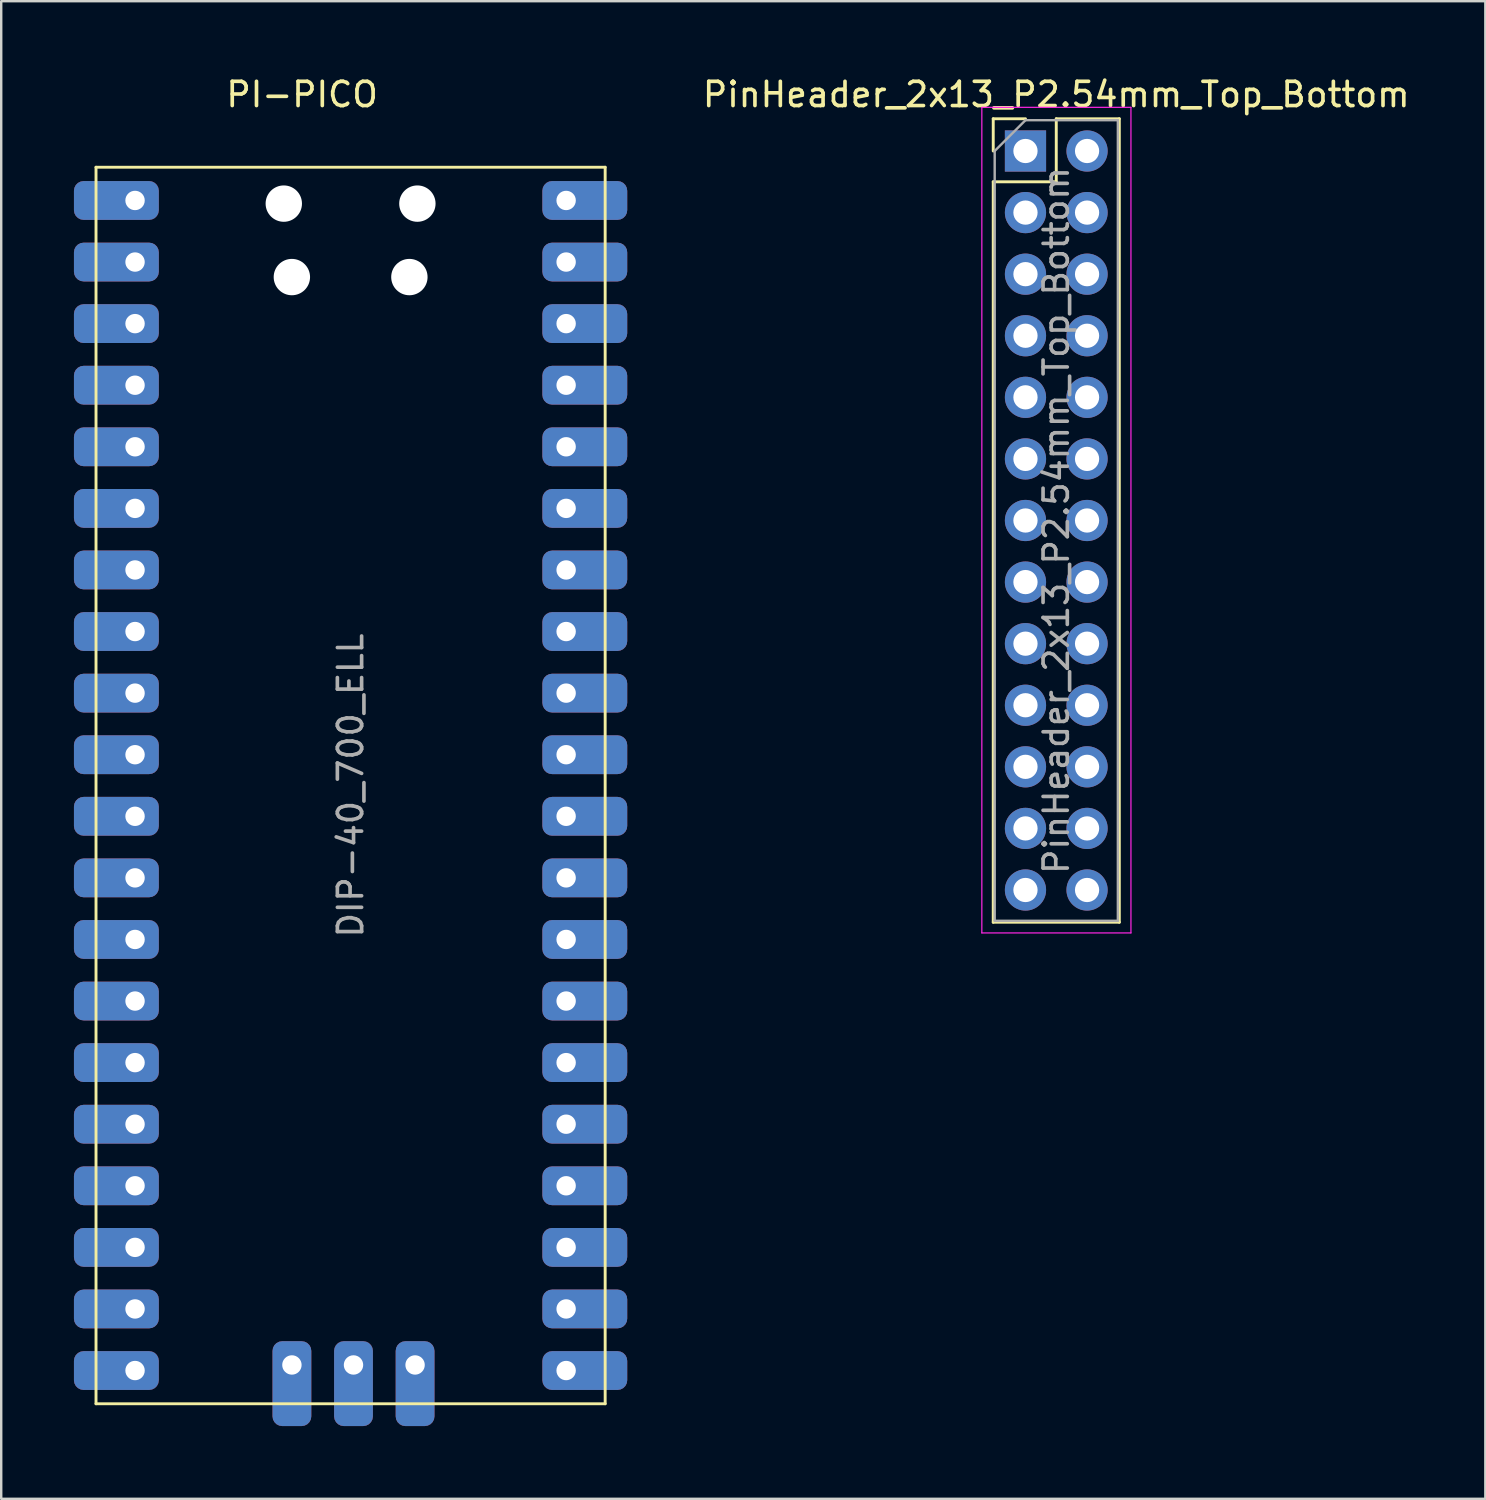
<source format=kicad_pcb>
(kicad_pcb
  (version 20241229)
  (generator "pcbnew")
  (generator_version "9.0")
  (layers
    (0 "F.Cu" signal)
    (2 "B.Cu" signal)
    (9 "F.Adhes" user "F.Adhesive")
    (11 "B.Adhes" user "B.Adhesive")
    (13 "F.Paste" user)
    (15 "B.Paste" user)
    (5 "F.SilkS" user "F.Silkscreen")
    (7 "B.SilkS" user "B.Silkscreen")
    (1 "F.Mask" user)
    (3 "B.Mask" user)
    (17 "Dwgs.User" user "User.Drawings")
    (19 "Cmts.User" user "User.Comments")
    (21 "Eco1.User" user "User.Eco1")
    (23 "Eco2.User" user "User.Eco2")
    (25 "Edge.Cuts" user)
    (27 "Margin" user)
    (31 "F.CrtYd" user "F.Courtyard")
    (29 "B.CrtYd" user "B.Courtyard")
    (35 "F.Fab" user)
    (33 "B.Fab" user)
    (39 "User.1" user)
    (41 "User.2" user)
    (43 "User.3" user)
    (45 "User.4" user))
  (footprint "PI-PICO"
    (layer "F.Cu")
    (at 11.41 29.348)
    (property "Reference" "PI-PICO" (at -2 -28.5 0) (layer "F.SilkS") (effects (font (size 1 1) (thickness 0.15))))
    (attr through_hole)
    (fp_line (start -10.5 -25.5) (end 10.5 -25.5) (stroke (width 0.12) (type solid)) (layer "F.SilkS"))
    (fp_line (start -10.5 25.5) (end -10.5 -25.5) (stroke (width 0.12) (type solid)) (layer "F.SilkS"))
    (fp_line (start -10.5 25.5) (end 10.5 25.5) (stroke (width 0.12) (type solid)) (layer "F.SilkS"))
    (fp_line (start 10.5 25.5) (end 10.5 -25.5) (stroke (width 0.12) (type solid)) (layer "F.SilkS"))
    (fp_text user "DIP-40_700_ELL" (at 0 0 270) (layer "F.Fab") (effects (font (size 1 1) (thickness 0.15))))
    (pad "" np_thru_hole circle (at -2.755 -24) (size 1.5 1.5) (drill 1.5) (layers "*.Mask" "F.Cu"))
    (pad "" np_thru_hole circle (at -2.422 -20.97) (size 1.5 1.5) (drill 1.5) (layers "*.Mask" "F.Cu"))
    (pad "" smd rect (at 0 -18) (size 7 14) (layers "F.Mask"))
    (pad "" np_thru_hole circle (at 2.425 -20.97) (size 1.5 1.5) (drill 1.5) (layers "*.Mask" "F.Cu"))
    (pad "" np_thru_hole circle (at 2.755 -24) (size 1.5 1.5) (drill 1.5) (layers "*.Mask" "F.Cu"))
    (pad "1" thru_hole roundrect (at -8.89 -24.13 270) (size 1.6 3.5) (drill 0.8 (offset 0 0.77)) (layers "*.Cu" "*.Mask") (roundrect_rratio 0.25))
    (pad "2" thru_hole roundrect (at -8.89 -21.59 270) (size 1.6 3.5) (drill 0.8 (offset 0 0.77)) (layers "*.Cu" "*.Mask") (roundrect_rratio 0.25))
    (pad "3" thru_hole roundrect (at -8.89 -19.05 270) (size 1.6 3.5) (drill 0.8 (offset 0 0.77)) (layers "*.Cu" "*.Mask") (roundrect_rratio 0.25))
    (pad "4" thru_hole roundrect (at -8.89 -16.51 270) (size 1.6 3.5) (drill 0.8 (offset 0 0.77)) (layers "*.Cu" "*.Mask") (roundrect_rratio 0.25))
    (pad "5" thru_hole roundrect (at -8.89 -13.97 270) (size 1.6 3.5) (drill 0.8 (offset 0 0.77)) (layers "*.Cu" "*.Mask") (roundrect_rratio 0.25))
    (pad "6" thru_hole roundrect (at -8.89 -11.43 270) (size 1.6 3.5) (drill 0.8 (offset 0 0.77)) (layers "*.Cu" "*.Mask") (roundrect_rratio 0.25))
    (pad "7" thru_hole roundrect (at -8.89 -8.89 270) (size 1.6 3.5) (drill 0.8 (offset 0 0.77)) (layers "*.Cu" "*.Mask") (roundrect_rratio 0.25))
    (pad "8" thru_hole roundrect (at -8.89 -6.35 270) (size 1.6 3.5) (drill 0.8 (offset 0 0.77)) (layers "*.Cu" "*.Mask") (roundrect_rratio 0.25))
    (pad "9" thru_hole roundrect (at -8.89 -3.81 270) (size 1.6 3.5) (drill 0.8 (offset 0 0.77)) (layers "*.Cu" "*.Mask") (roundrect_rratio 0.25))
    (pad "10" thru_hole roundrect (at -8.89 -1.27 270) (size 1.6 3.5) (drill 0.8 (offset 0 0.77)) (layers "*.Cu" "*.Mask") (roundrect_rratio 0.25))
    (pad "11" thru_hole roundrect (at -8.89 1.27 270) (size 1.6 3.5) (drill 0.8 (offset 0 0.77)) (layers "*.Cu" "*.Mask") (roundrect_rratio 0.25))
    (pad "12" thru_hole roundrect (at -8.89 3.81 270) (size 1.6 3.5) (drill 0.8 (offset 0 0.77)) (layers "*.Cu" "*.Mask") (roundrect_rratio 0.25))
    (pad "13" thru_hole roundrect (at -8.89 6.35 270) (size 1.6 3.5) (drill 0.8 (offset 0 0.77)) (layers "*.Cu" "*.Mask") (roundrect_rratio 0.25))
    (pad "14" thru_hole roundrect (at -8.89 8.89 270) (size 1.6 3.5) (drill 0.8 (offset 0 0.77)) (layers "*.Cu" "*.Mask") (roundrect_rratio 0.25))
    (pad "15" thru_hole roundrect (at -8.89 11.43 270) (size 1.6 3.5) (drill 0.8 (offset 0 0.77)) (layers "*.Cu" "*.Mask") (roundrect_rratio 0.25))
    (pad "16" thru_hole roundrect (at -8.89 13.97 270) (size 1.6 3.5) (drill 0.8 (offset 0 0.77)) (layers "*.Cu" "*.Mask") (roundrect_rratio 0.25))
    (pad "17" thru_hole roundrect (at -8.89 16.51 270) (size 1.6 3.5) (drill 0.8 (offset 0 0.77)) (layers "*.Cu" "*.Mask") (roundrect_rratio 0.25))
    (pad "18" thru_hole roundrect (at -8.89 19.05 270) (size 1.6 3.5) (drill 0.8 (offset 0 0.77)) (layers "*.Cu" "*.Mask") (roundrect_rratio 0.25))
    (pad "19" thru_hole roundrect (at -8.89 21.59 270) (size 1.6 3.5) (drill 0.8 (offset 0 0.77)) (layers "*.Cu" "*.Mask") (roundrect_rratio 0.25))
    (pad "20" thru_hole roundrect (at -8.89 24.13 270) (size 1.6 3.5) (drill 0.8 (offset 0 0.77)) (layers "*.Cu" "*.Mask") (roundrect_rratio 0.25))
    (pad "21" thru_hole roundrect (at 8.89 24.13 270) (size 1.6 3.5) (drill 0.8 (offset 0 -0.77)) (layers "*.Cu" "*.Mask") (roundrect_rratio 0.25))
    (pad "22" thru_hole roundrect (at 8.89 21.59 270) (size 1.6 3.5) (drill 0.8 (offset 0 -0.77)) (layers "*.Cu" "*.Mask") (roundrect_rratio 0.25))
    (pad "23" thru_hole roundrect (at 8.89 19.05 270) (size 1.6 3.5) (drill 0.8 (offset 0 -0.77)) (layers "*.Cu" "*.Mask") (roundrect_rratio 0.25))
    (pad "24" thru_hole roundrect (at 8.89 16.51 270) (size 1.6 3.5) (drill 0.8 (offset 0 -0.77)) (layers "*.Cu" "*.Mask") (roundrect_rratio 0.25))
    (pad "25" thru_hole roundrect (at 8.89 13.97 270) (size 1.6 3.5) (drill 0.8 (offset 0 -0.77)) (layers "*.Cu" "*.Mask") (roundrect_rratio 0.25))
    (pad "26" thru_hole roundrect (at 8.89 11.43 270) (size 1.6 3.5) (drill 0.8 (offset 0 -0.77)) (layers "*.Cu" "*.Mask") (roundrect_rratio 0.25))
    (pad "27" thru_hole roundrect (at 8.89 8.89 270) (size 1.6 3.5) (drill 0.8 (offset 0 -0.77)) (layers "*.Cu" "*.Mask") (roundrect_rratio 0.25))
    (pad "28" thru_hole roundrect (at 8.89 6.35 270) (size 1.6 3.5) (drill 0.8 (offset 0 -0.77)) (layers "*.Cu" "*.Mask") (roundrect_rratio 0.25))
    (pad "29" thru_hole roundrect (at 8.89 3.81 270) (size 1.6 3.5) (drill 0.8 (offset 0 -0.77)) (layers "*.Cu" "*.Mask") (roundrect_rratio 0.25))
    (pad "30" thru_hole roundrect (at 8.89 1.27 270) (size 1.6 3.5) (drill 0.8 (offset 0 -0.77)) (layers "*.Cu" "*.Mask") (roundrect_rratio 0.25))
    (pad "31" thru_hole roundrect (at 8.89 -1.27 270) (size 1.6 3.5) (drill 0.8 (offset 0 -0.77)) (layers "*.Cu" "*.Mask") (roundrect_rratio 0.25))
    (pad "32" thru_hole roundrect (at 8.89 -3.81 270) (size 1.6 3.5) (drill 0.8 (offset 0 -0.77)) (layers "*.Cu" "*.Mask") (roundrect_rratio 0.25))
    (pad "33" thru_hole roundrect (at 8.89 -6.35 270) (size 1.6 3.5) (drill 0.8 (offset 0 -0.77)) (layers "*.Cu" "*.Mask") (roundrect_rratio 0.25))
    (pad "34" thru_hole roundrect (at 8.89 -8.89 270) (size 1.6 3.5) (drill 0.8 (offset 0 -0.77)) (layers "*.Cu" "*.Mask") (roundrect_rratio 0.25))
    (pad "35" thru_hole roundrect (at 8.89 -11.43 270) (size 1.6 3.5) (drill 0.8 (offset 0 -0.77)) (layers "*.Cu" "*.Mask") (roundrect_rratio 0.25))
    (pad "36" thru_hole roundrect (at 8.89 -13.97 270) (size 1.6 3.5) (drill 0.8 (offset 0 -0.77)) (layers "*.Cu" "*.Mask") (roundrect_rratio 0.25))
    (pad "37" thru_hole roundrect (at 8.89 -16.51 270) (size 1.6 3.5) (drill 0.8 (offset 0 -0.77)) (layers "*.Cu" "*.Mask") (roundrect_rratio 0.25))
    (pad "38" thru_hole roundrect (at 8.89 -19.05 270) (size 1.6 3.5) (drill 0.8 (offset 0 -0.77)) (layers "*.Cu" "*.Mask") (roundrect_rratio 0.25))
    (pad "39" thru_hole roundrect (at 8.89 -21.59 270) (size 1.6 3.5) (drill 0.8 (offset 0 -0.77)) (layers "*.Cu" "*.Mask") (roundrect_rratio 0.25))
    (pad "40" thru_hole roundrect (at 8.89 -24.13 270) (size 1.6 3.5) (drill 0.8 (offset 0 -0.77)) (layers "*.Cu" "*.Mask") (roundrect_rratio 0.25))
    (pad "D1" thru_hole roundrect (at -2.42 23.9 180) (size 1.6 3.5) (drill 0.8 (offset 0 -0.77)) (layers "*.Cu" "*.Mask") (roundrect_rratio 0.25))
    (pad "D2" thru_hole roundrect (at 0.12 23.9 180) (size 1.6 3.5) (drill 0.8 (offset 0 -0.77)) (layers "*.Cu" "*.Mask") (roundrect_rratio 0.25))
    (pad "D3" thru_hole roundrect (at 2.66 23.9 180) (size 1.6 3.5) (drill 0.8 (offset 0 -0.77)) (layers "*.Cu" "*.Mask") (roundrect_rratio 0.25)))
  (footprint "PinHeader_2x13_P2.54mm_Top_Bottom"
    (layer "F.Cu")
    (at 39.246 3.178)
    (property "Reference" "PinHeader_2x13_P2.54mm_Top_Bottom" (at 1.27 -2.33 0) (layer "F.SilkS") (effects (font (size 1 1) (thickness 0.15))))
    (attr through_hole)
    (fp_line (start -1.33 -1.33) (end 0 -1.33) (stroke (width 0.12) (type solid)) (layer "F.SilkS"))
    (fp_line (start -1.33 0) (end -1.33 -1.33) (stroke (width 0.12) (type solid)) (layer "F.SilkS"))
    (fp_line (start -1.33 1.27) (end -1.33 31.81) (stroke (width 0.12) (type solid)) (layer "F.SilkS"))
    (fp_line (start -1.33 1.27) (end 1.27 1.27) (stroke (width 0.12) (type solid)) (layer "F.SilkS"))
    (fp_line (start -1.33 31.81) (end 3.87 31.81) (stroke (width 0.12) (type solid)) (layer "F.SilkS"))
    (fp_line (start 1.27 -1.33) (end 3.87 -1.33) (stroke (width 0.12) (type solid)) (layer "F.SilkS"))
    (fp_line (start 1.27 1.27) (end 1.27 -1.33) (stroke (width 0.12) (type solid)) (layer "F.SilkS"))
    (fp_line (start 3.87 -1.33) (end 3.87 31.81) (stroke (width 0.12) (type solid)) (layer "F.SilkS"))
    (fp_line (start -1.8 -1.8) (end -1.8 32.25) (stroke (width 0.05) (type solid)) (layer "F.CrtYd"))
    (fp_line (start -1.8 32.25) (end 4.35 32.25) (stroke (width 0.05) (type solid)) (layer "F.CrtYd"))
    (fp_line (start 4.35 -1.8) (end -1.8 -1.8) (stroke (width 0.05) (type solid)) (layer "F.CrtYd"))
    (fp_line (start 4.35 32.25) (end 4.35 -1.8) (stroke (width 0.05) (type solid)) (layer "F.CrtYd"))
    (fp_line (start -1.27 0) (end 0 -1.27) (stroke (width 0.1) (type solid)) (layer "F.Fab"))
    (fp_line (start -1.27 31.75) (end -1.27 0) (stroke (width 0.1) (type solid)) (layer "F.Fab"))
    (fp_line (start 0 -1.27) (end 3.81 -1.27) (stroke (width 0.1) (type solid)) (layer "F.Fab"))
    (fp_line (start 3.81 -1.27) (end 3.81 31.75) (stroke (width 0.1) (type solid)) (layer "F.Fab"))
    (fp_line (start 3.81 31.75) (end -1.27 31.75) (stroke (width 0.1) (type solid)) (layer "F.Fab"))
    (fp_text user "${REFERENCE}" (at 1.27 15.24 90) (layer "F.Fab") (effects (font (size 1 1) (thickness 0.15))))
    (pad "1" thru_hole rect (at 0 0) (size 1.7 1.7) (drill 1) (layers "*.Cu" "*.Mask"))
    (pad "2" thru_hole oval (at 0 2.54) (size 1.7 1.7) (drill 1) (layers "*.Cu" "*.Mask"))
    (pad "3" thru_hole oval (at 0 5.08) (size 1.7 1.7) (drill 1) (layers "*.Cu" "*.Mask"))
    (pad "4" thru_hole oval (at 0 7.62) (size 1.7 1.7) (drill 1) (layers "*.Cu" "*.Mask"))
    (pad "5" thru_hole oval (at 0 10.16) (size 1.7 1.7) (drill 1) (layers "*.Cu" "*.Mask"))
    (pad "6" thru_hole oval (at 0 12.7) (size 1.7 1.7) (drill 1) (layers "*.Cu" "*.Mask"))
    (pad "7" thru_hole oval (at 0 15.24) (size 1.7 1.7) (drill 1) (layers "*.Cu" "*.Mask"))
    (pad "8" thru_hole oval (at 0 17.78) (size 1.7 1.7) (drill 1) (layers "*.Cu" "*.Mask"))
    (pad "9" thru_hole oval (at 0 20.32) (size 1.7 1.7) (drill 1) (layers "*.Cu" "*.Mask"))
    (pad "10" thru_hole oval (at 0 22.86) (size 1.7 1.7) (drill 1) (layers "*.Cu" "*.Mask"))
    (pad "11" thru_hole oval (at 0 25.4) (size 1.7 1.7) (drill 1) (layers "*.Cu" "*.Mask"))
    (pad "12" thru_hole oval (at 0 27.94) (size 1.7 1.7) (drill 1) (layers "*.Cu" "*.Mask"))
    (pad "13" thru_hole oval (at 0 30.48) (size 1.7 1.7) (drill 1) (layers "*.Cu" "*.Mask"))
    (pad "14" thru_hole oval (at 2.54 0) (size 1.7 1.7) (drill 1) (layers "*.Cu" "*.Mask"))
    (pad "15" thru_hole oval (at 2.54 2.54) (size 1.7 1.7) (drill 1) (layers "*.Cu" "*.Mask"))
    (pad "16" thru_hole oval (at 2.54 5.08) (size 1.7 1.7) (drill 1) (layers "*.Cu" "*.Mask"))
    (pad "17" thru_hole oval (at 2.54 7.62) (size 1.7 1.7) (drill 1) (layers "*.Cu" "*.Mask"))
    (pad "18" thru_hole oval (at 2.54 10.16) (size 1.7 1.7) (drill 1) (layers "*.Cu" "*.Mask"))
    (pad "19" thru_hole oval (at 2.54 12.7) (size 1.7 1.7) (drill 1) (layers "*.Cu" "*.Mask"))
    (pad "20" thru_hole oval (at 2.54 15.24) (size 1.7 1.7) (drill 1) (layers "*.Cu" "*.Mask"))
    (pad "21" thru_hole oval (at 2.54 17.78) (size 1.7 1.7) (drill 1) (layers "*.Cu" "*.Mask"))
    (pad "22" thru_hole oval (at 2.54 20.32) (size 1.7 1.7) (drill 1) (layers "*.Cu" "*.Mask"))
    (pad "23" thru_hole oval (at 2.54 22.86) (size 1.7 1.7) (drill 1) (layers "*.Cu" "*.Mask"))
    (pad "24" thru_hole oval (at 2.54 25.4) (size 1.7 1.7) (drill 1) (layers "*.Cu" "*.Mask"))
    (pad "25" thru_hole oval (at 2.54 27.94) (size 1.7 1.7) (drill 1) (layers "*.Cu" "*.Mask"))
    (pad "26" thru_hole oval (at 2.54 30.48) (size 1.7 1.7) (drill 1) (layers "*.Cu" "*.Mask")))
  (gr_rect
    (start -3 -3)
    (end 58.213 58.768)
    (stroke (width 0.1) (type default))
    (fill no)
    (layer "Edge.Cuts")))
</source>
